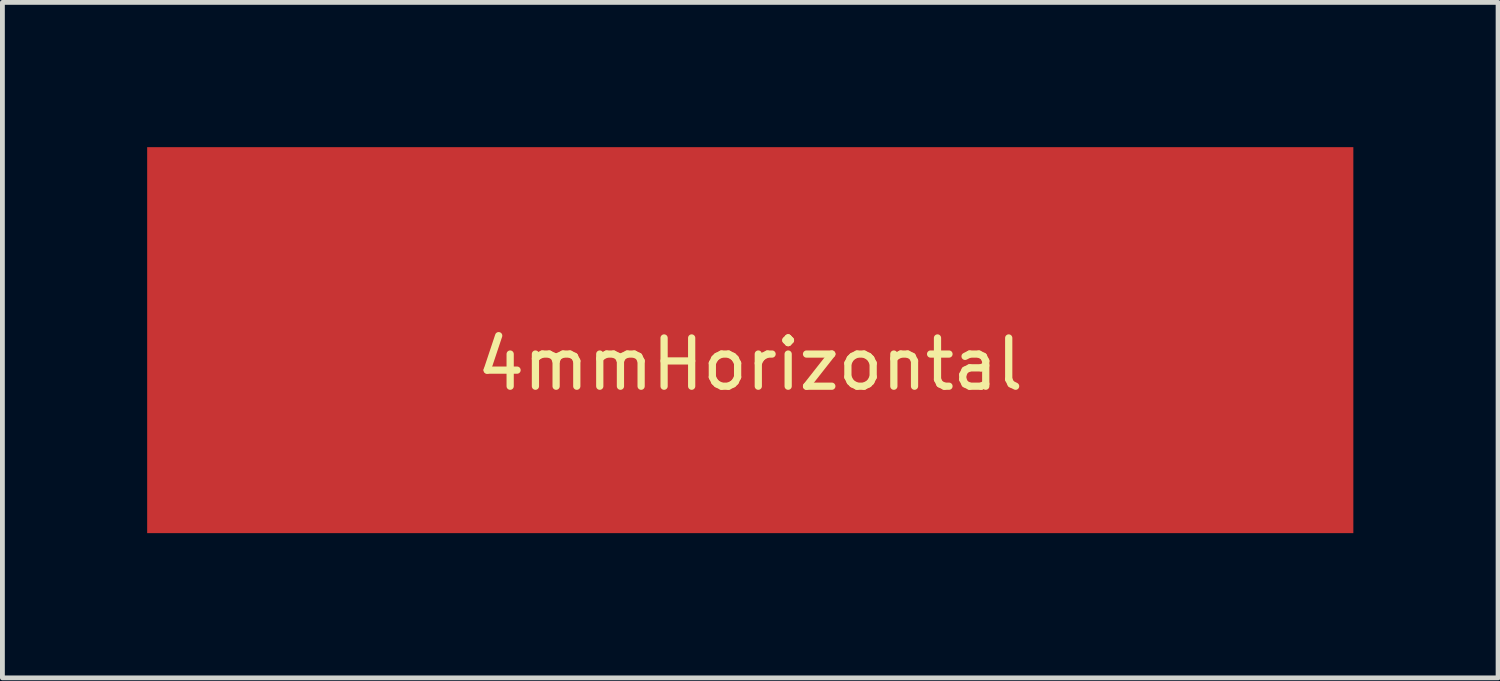
<source format=kicad_pcb>
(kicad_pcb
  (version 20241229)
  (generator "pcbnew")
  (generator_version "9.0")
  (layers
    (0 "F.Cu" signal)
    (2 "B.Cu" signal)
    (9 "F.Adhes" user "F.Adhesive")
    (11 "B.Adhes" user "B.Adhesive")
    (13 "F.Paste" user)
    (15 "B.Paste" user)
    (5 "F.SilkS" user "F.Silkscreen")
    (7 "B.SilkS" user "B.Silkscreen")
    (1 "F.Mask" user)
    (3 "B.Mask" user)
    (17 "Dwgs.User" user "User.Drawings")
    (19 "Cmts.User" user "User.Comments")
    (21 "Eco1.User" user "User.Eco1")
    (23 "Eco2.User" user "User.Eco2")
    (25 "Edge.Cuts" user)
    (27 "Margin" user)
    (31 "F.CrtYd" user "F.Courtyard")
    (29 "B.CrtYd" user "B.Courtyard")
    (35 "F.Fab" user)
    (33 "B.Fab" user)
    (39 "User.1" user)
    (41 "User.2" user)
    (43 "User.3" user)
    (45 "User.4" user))
  (footprint "4mmHorizontal"
    (layer "F.Cu")
    (at 12.5 4)
    (property "Reference" "4mmHorizontal" (at 0 0.5 0) (layer "F.SilkS") (effects (font (size 1 1) (thickness 0.15))))
    (attr through_hole)
    (pad "1" smd rect (at 0 0) (size 25 8) (layers "F.Cu" "F.Mask" "F.Paste")))
  (gr_rect
    (start -3 -3)
    (end 28 11)
    (stroke (width 0.1) (type default))
    (fill no)
    (layer "Edge.Cuts")))
</source>
